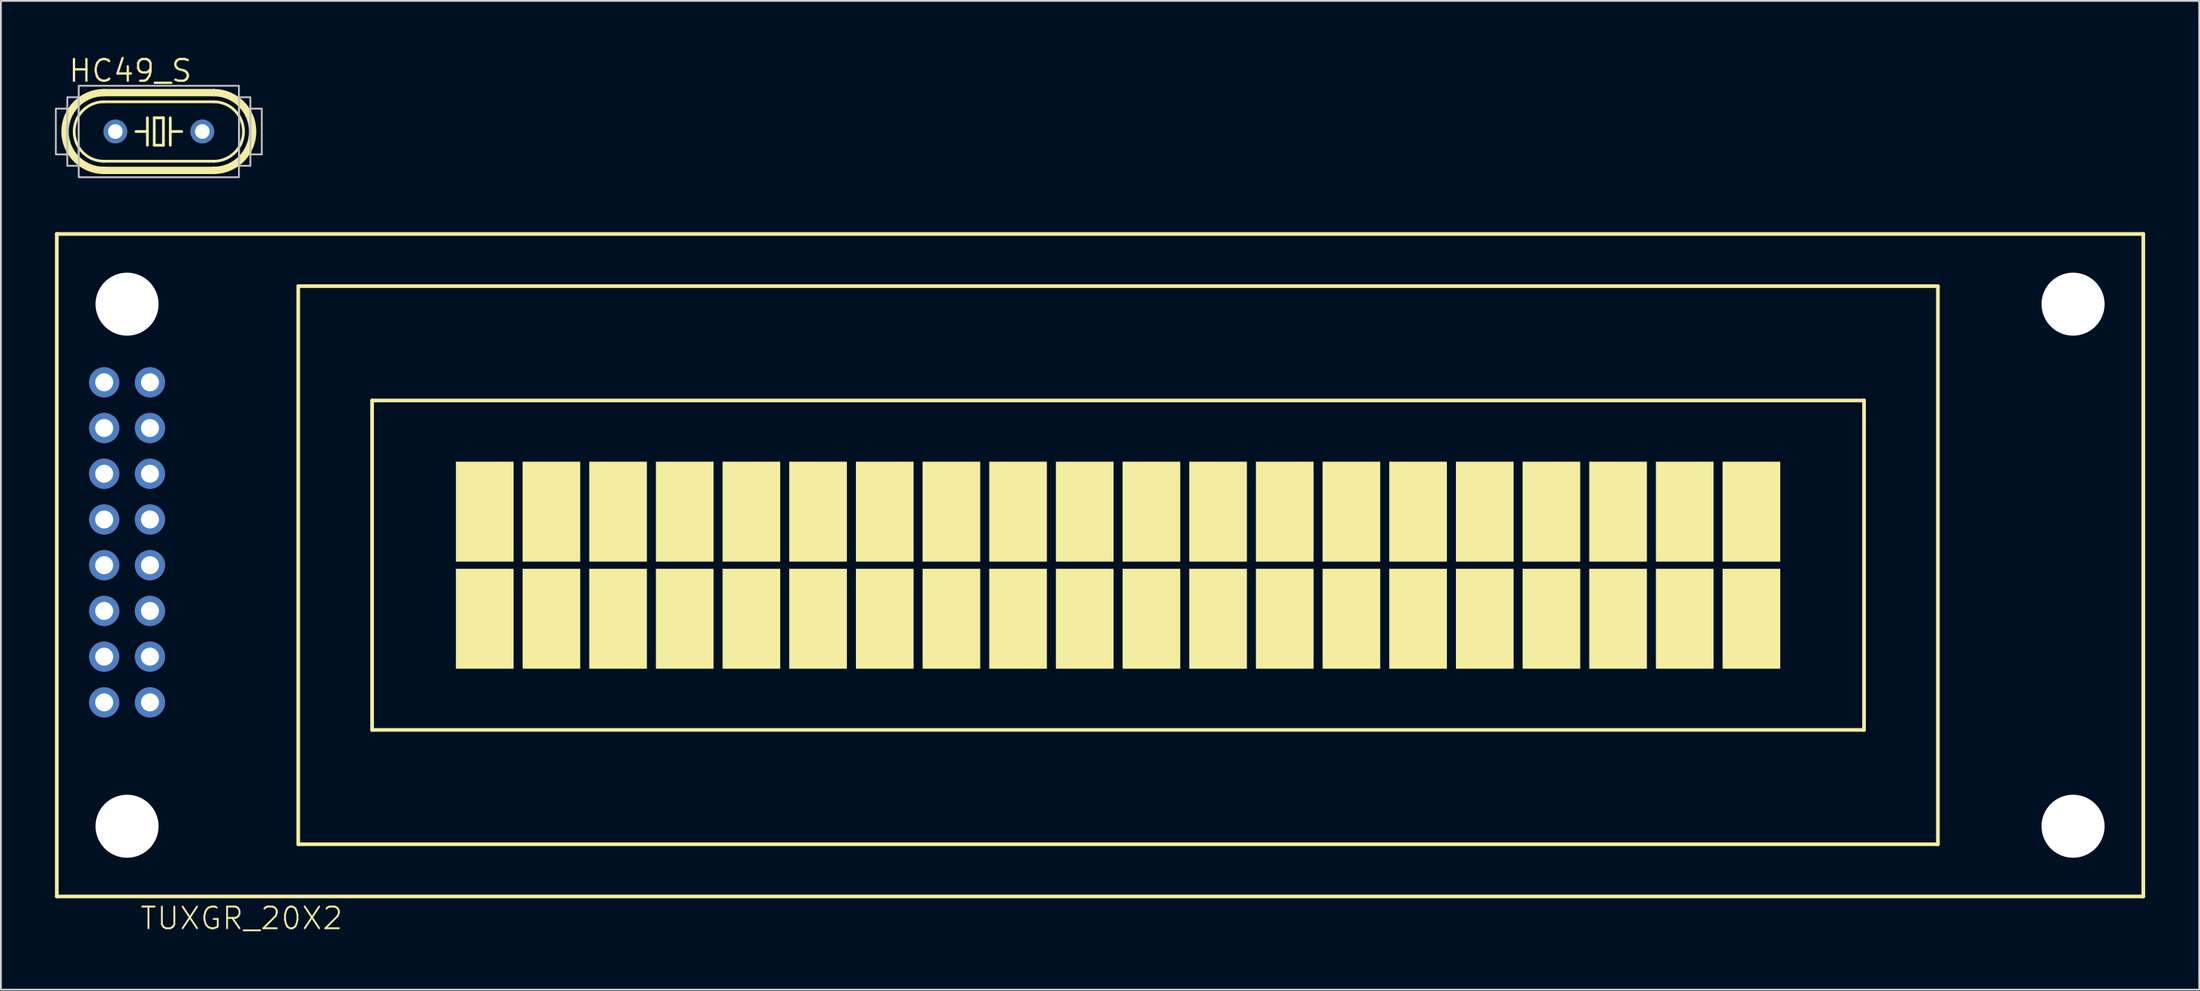
<source format=kicad_pcb>
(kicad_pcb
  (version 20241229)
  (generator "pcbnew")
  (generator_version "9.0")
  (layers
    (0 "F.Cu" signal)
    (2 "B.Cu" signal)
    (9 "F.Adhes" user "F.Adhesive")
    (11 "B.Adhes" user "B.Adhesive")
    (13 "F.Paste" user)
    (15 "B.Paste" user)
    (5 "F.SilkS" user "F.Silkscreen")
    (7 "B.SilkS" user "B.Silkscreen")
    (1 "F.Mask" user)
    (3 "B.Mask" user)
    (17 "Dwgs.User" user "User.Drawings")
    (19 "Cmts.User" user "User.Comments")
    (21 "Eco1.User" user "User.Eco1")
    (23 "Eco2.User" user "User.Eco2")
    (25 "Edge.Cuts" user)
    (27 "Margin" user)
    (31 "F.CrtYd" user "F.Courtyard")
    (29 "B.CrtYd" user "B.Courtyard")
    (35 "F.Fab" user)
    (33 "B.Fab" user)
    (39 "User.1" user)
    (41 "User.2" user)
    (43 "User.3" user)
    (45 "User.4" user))
  (footprint "HC49_S"
    (layer "F.Cu")
    (at 5.765 4.255)
    (property "Reference" "HC49_S" (at -5.08 -2.667 0) (layer "F.SilkS") (effects (font (size 1.206 1.206) (thickness 0.127)) (justify left bottom)))
    (attr through_hole)
    (fp_line (start -3.048 -2.159) (end 3.048 -2.159) (stroke (width 0.406) (type solid)) (layer "F.SilkS"))
    (fp_line (start -3.048 1.651) (end 3.048 1.651) (stroke (width 0.152) (type solid)) (layer "F.SilkS"))
    (fp_line (start -3.048 2.159) (end 3.048 2.159) (stroke (width 0.406) (type solid)) (layer "F.SilkS"))
    (fp_line (start -0.635 -0.762) (end -0.635 0) (stroke (width 0.152) (type solid)) (layer "F.SilkS"))
    (fp_line (start -0.635 0) (end -1.27 0) (stroke (width 0.152) (type solid)) (layer "F.SilkS"))
    (fp_line (start -0.635 0) (end -0.635 0.762) (stroke (width 0.152) (type solid)) (layer "F.SilkS"))
    (fp_line (start -0.254 -0.762) (end 0.254 -0.762) (stroke (width 0.152) (type solid)) (layer "F.SilkS"))
    (fp_line (start -0.254 0.762) (end -0.254 -0.762) (stroke (width 0.152) (type solid)) (layer "F.SilkS"))
    (fp_line (start 0.254 -0.762) (end 0.254 0.762) (stroke (width 0.152) (type solid)) (layer "F.SilkS"))
    (fp_line (start 0.254 0.762) (end -0.254 0.762) (stroke (width 0.152) (type solid)) (layer "F.SilkS"))
    (fp_line (start 0.635 -0.762) (end 0.635 0) (stroke (width 0.152) (type solid)) (layer "F.SilkS"))
    (fp_line (start 0.635 0) (end 0.635 0.762) (stroke (width 0.152) (type solid)) (layer "F.SilkS"))
    (fp_line (start 0.635 0) (end 1.27 0) (stroke (width 0.152) (type solid)) (layer "F.SilkS"))
    (fp_line (start 3.048 -1.651) (end -3.048 -1.651) (stroke (width 0.152) (type solid)) (layer "F.SilkS"))
    (fp_arc (start -3.048 1.651) (mid -4.699 0) (end -3.048 -1.651) (stroke (width 0.1524) (type solid)) (layer "F.SilkS"))
    (fp_arc (start -3.048 2.159) (mid -5.207 0) (end -3.048 -2.159) (stroke (width 0.4064) (type solid)) (layer "F.SilkS"))
    (fp_arc (start 3.048 -2.159) (mid 5.207 0) (end 3.048 2.159) (stroke (width 0.4064) (type solid)) (layer "F.SilkS"))
    (fp_arc (start 3.048 -1.651) (mid 4.699 0) (end 3.048 1.651) (stroke (width 0.1524) (type solid)) (layer "F.SilkS"))
    (fp_poly (pts (xy -5.715 1.27) (xy -5.08 1.27) (xy -5.08 -1.27) (xy -5.715 -1.27)) (stroke (width 0.1) (type solid)) (fill no) (layer "Dwgs.User"))
    (fp_poly (pts (xy -5.08 1.905) (xy -4.445 1.905) (xy -4.445 -1.905) (xy -5.08 -1.905)) (stroke (width 0.1) (type solid)) (fill no) (layer "Dwgs.User"))
    (fp_poly (pts (xy -4.445 2.54) (xy 4.445 2.54) (xy 4.445 -2.54) (xy -4.445 -2.54)) (stroke (width 0.1) (type solid)) (fill no) (layer "Dwgs.User"))
    (fp_poly (pts (xy 4.445 1.905) (xy 5.08 1.905) (xy 5.08 -1.905) (xy 4.445 -1.905)) (stroke (width 0.1) (type solid)) (fill no) (layer "Dwgs.User"))
    (fp_poly (pts (xy 5.08 1.27) (xy 5.715 1.27) (xy 5.715 -1.27) (xy 5.08 -1.27)) (stroke (width 0.1) (type solid)) (fill no) (layer "Dwgs.User"))
    (pad "1" thru_hole circle (at -2.413 0) (size 1.321 1.321) (drill 0.813) (layers "*.Cu" "*.Mask"))
    (pad "2" thru_hole circle (at 2.413 0) (size 1.321 1.321) (drill 0.813) (layers "*.Cu" "*.Mask")))
  (footprint "TUXGR_20X2"
    (layer "F.Cu")
    (at 58.002 28.346)
    (property "Reference" "TUXGR_20X2" (at -53.34 20.32 0) (layer "F.SilkS") (effects (font (size 1.206 1.206) (thickness 0.102)) (justify left bottom)))
    (attr through_hole)
    (fp_line (start -57.9 -18.4) (end 57.9 -18.4) (stroke (width 0.203) (type solid)) (layer "F.SilkS"))
    (fp_line (start -57.9 18.4) (end -57.9 -18.4) (stroke (width 0.203) (type solid)) (layer "F.SilkS"))
    (fp_line (start -44.5 -15.5) (end 46.5 -15.5) (stroke (width 0.203) (type solid)) (layer "F.SilkS"))
    (fp_line (start -44.5 15.5) (end -44.5 -15.5) (stroke (width 0.203) (type solid)) (layer "F.SilkS"))
    (fp_line (start -40.4 -9.15) (end 42.4 -9.15) (stroke (width 0.203) (type solid)) (layer "F.SilkS"))
    (fp_line (start -40.4 9.15) (end -40.4 -9.15) (stroke (width 0.203) (type solid)) (layer "F.SilkS"))
    (fp_line (start 42.4 -9.15) (end 42.4 9.15) (stroke (width 0.203) (type solid)) (layer "F.SilkS"))
    (fp_line (start 42.4 9.15) (end -40.4 9.15) (stroke (width 0.203) (type solid)) (layer "F.SilkS"))
    (fp_line (start 46.5 -15.5) (end 46.5 15.5) (stroke (width 0.203) (type solid)) (layer "F.SilkS"))
    (fp_line (start 46.5 15.5) (end -44.5 15.5) (stroke (width 0.203) (type solid)) (layer "F.SilkS"))
    (fp_line (start 57.9 -18.4) (end 57.9 18.4) (stroke (width 0.203) (type solid)) (layer "F.SilkS"))
    (fp_line (start 57.9 18.4) (end -57.9 18.4) (stroke (width 0.203) (type solid)) (layer "F.SilkS"))
    (fp_poly (pts (xy -35.75 -0.2) (xy -32.55 -0.2) (xy -32.55 -5.75) (xy -35.75 -5.75)) (stroke (width 0) (type solid)) (fill yes) (layer "F.SilkS"))
    (fp_poly (pts (xy -35.75 5.75) (xy -32.55 5.75) (xy -32.55 0.2) (xy -35.75 0.2)) (stroke (width 0) (type solid)) (fill yes) (layer "F.SilkS"))
    (fp_poly (pts (xy -32.05 -0.2) (xy -28.85 -0.2) (xy -28.85 -5.75) (xy -32.05 -5.75)) (stroke (width 0) (type solid)) (fill yes) (layer "F.SilkS"))
    (fp_poly (pts (xy -32.05 5.75) (xy -28.85 5.75) (xy -28.85 0.2) (xy -32.05 0.2)) (stroke (width 0) (type solid)) (fill yes) (layer "F.SilkS"))
    (fp_poly (pts (xy -28.35 -0.2) (xy -25.15 -0.2) (xy -25.15 -5.75) (xy -28.35 -5.75)) (stroke (width 0) (type solid)) (fill yes) (layer "F.SilkS"))
    (fp_poly (pts (xy -28.35 5.75) (xy -25.15 5.75) (xy -25.15 0.2) (xy -28.35 0.2)) (stroke (width 0) (type solid)) (fill yes) (layer "F.SilkS"))
    (fp_poly (pts (xy -24.65 -0.2) (xy -21.45 -0.2) (xy -21.45 -5.75) (xy -24.65 -5.75)) (stroke (width 0) (type solid)) (fill yes) (layer "F.SilkS"))
    (fp_poly (pts (xy -24.65 5.75) (xy -21.45 5.75) (xy -21.45 0.2) (xy -24.65 0.2)) (stroke (width 0) (type solid)) (fill yes) (layer "F.SilkS"))
    (fp_poly (pts (xy -20.95 -0.2) (xy -17.75 -0.2) (xy -17.75 -5.75) (xy -20.95 -5.75)) (stroke (width 0) (type solid)) (fill yes) (layer "F.SilkS"))
    (fp_poly (pts (xy -20.95 5.75) (xy -17.75 5.75) (xy -17.75 0.2) (xy -20.95 0.2)) (stroke (width 0) (type solid)) (fill yes) (layer "F.SilkS"))
    (fp_poly (pts (xy -17.25 -0.2) (xy -14.05 -0.2) (xy -14.05 -5.75) (xy -17.25 -5.75)) (stroke (width 0) (type solid)) (fill yes) (layer "F.SilkS"))
    (fp_poly (pts (xy -17.25 5.75) (xy -14.05 5.75) (xy -14.05 0.2) (xy -17.25 0.2)) (stroke (width 0) (type solid)) (fill yes) (layer "F.SilkS"))
    (fp_poly (pts (xy -13.55 -0.2) (xy -10.35 -0.2) (xy -10.35 -5.75) (xy -13.55 -5.75)) (stroke (width 0) (type solid)) (fill yes) (layer "F.SilkS"))
    (fp_poly (pts (xy -13.55 5.75) (xy -10.35 5.75) (xy -10.35 0.2) (xy -13.55 0.2)) (stroke (width 0) (type solid)) (fill yes) (layer "F.SilkS"))
    (fp_poly (pts (xy -9.85 -0.2) (xy -6.65 -0.2) (xy -6.65 -5.75) (xy -9.85 -5.75)) (stroke (width 0) (type solid)) (fill yes) (layer "F.SilkS"))
    (fp_poly (pts (xy -9.85 5.75) (xy -6.65 5.75) (xy -6.65 0.2) (xy -9.85 0.2)) (stroke (width 0) (type solid)) (fill yes) (layer "F.SilkS"))
    (fp_poly (pts (xy -6.15 -0.2) (xy -2.95 -0.2) (xy -2.95 -5.75) (xy -6.15 -5.75)) (stroke (width 0) (type solid)) (fill yes) (layer "F.SilkS"))
    (fp_poly (pts (xy -6.15 5.75) (xy -2.95 5.75) (xy -2.95 0.2) (xy -6.15 0.2)) (stroke (width 0) (type solid)) (fill yes) (layer "F.SilkS"))
    (fp_poly (pts (xy -2.45 -0.2) (xy 0.75 -0.2) (xy 0.75 -5.75) (xy -2.45 -5.75)) (stroke (width 0) (type solid)) (fill yes) (layer "F.SilkS"))
    (fp_poly (pts (xy -2.45 5.75) (xy 0.75 5.75) (xy 0.75 0.2) (xy -2.45 0.2)) (stroke (width 0) (type solid)) (fill yes) (layer "F.SilkS"))
    (fp_poly (pts (xy 1.25 -0.2) (xy 4.45 -0.2) (xy 4.45 -5.75) (xy 1.25 -5.75)) (stroke (width 0) (type solid)) (fill yes) (layer "F.SilkS"))
    (fp_poly (pts (xy 1.25 5.75) (xy 4.45 5.75) (xy 4.45 0.2) (xy 1.25 0.2)) (stroke (width 0) (type solid)) (fill yes) (layer "F.SilkS"))
    (fp_poly (pts (xy 4.95 -0.2) (xy 8.15 -0.2) (xy 8.15 -5.75) (xy 4.95 -5.75)) (stroke (width 0) (type solid)) (fill yes) (layer "F.SilkS"))
    (fp_poly (pts (xy 4.95 5.75) (xy 8.15 5.75) (xy 8.15 0.2) (xy 4.95 0.2)) (stroke (width 0) (type solid)) (fill yes) (layer "F.SilkS"))
    (fp_poly (pts (xy 8.65 -0.2) (xy 11.85 -0.2) (xy 11.85 -5.75) (xy 8.65 -5.75)) (stroke (width 0) (type solid)) (fill yes) (layer "F.SilkS"))
    (fp_poly (pts (xy 8.65 5.75) (xy 11.85 5.75) (xy 11.85 0.2) (xy 8.65 0.2)) (stroke (width 0) (type solid)) (fill yes) (layer "F.SilkS"))
    (fp_poly (pts (xy 12.35 -0.2) (xy 15.55 -0.2) (xy 15.55 -5.75) (xy 12.35 -5.75)) (stroke (width 0) (type solid)) (fill yes) (layer "F.SilkS"))
    (fp_poly (pts (xy 12.35 5.75) (xy 15.55 5.75) (xy 15.55 0.2) (xy 12.35 0.2)) (stroke (width 0) (type solid)) (fill yes) (layer "F.SilkS"))
    (fp_poly (pts (xy 16.05 -0.2) (xy 19.25 -0.2) (xy 19.25 -5.75) (xy 16.05 -5.75)) (stroke (width 0) (type solid)) (fill yes) (layer "F.SilkS"))
    (fp_poly (pts (xy 16.05 5.75) (xy 19.25 5.75) (xy 19.25 0.2) (xy 16.05 0.2)) (stroke (width 0) (type solid)) (fill yes) (layer "F.SilkS"))
    (fp_poly (pts (xy 19.75 -0.2) (xy 22.95 -0.2) (xy 22.95 -5.75) (xy 19.75 -5.75)) (stroke (width 0) (type solid)) (fill yes) (layer "F.SilkS"))
    (fp_poly (pts (xy 19.75 5.75) (xy 22.95 5.75) (xy 22.95 0.2) (xy 19.75 0.2)) (stroke (width 0) (type solid)) (fill yes) (layer "F.SilkS"))
    (fp_poly (pts (xy 23.45 -0.2) (xy 26.65 -0.2) (xy 26.65 -5.75) (xy 23.45 -5.75)) (stroke (width 0) (type solid)) (fill yes) (layer "F.SilkS"))
    (fp_poly (pts (xy 23.45 5.75) (xy 26.65 5.75) (xy 26.65 0.2) (xy 23.45 0.2)) (stroke (width 0) (type solid)) (fill yes) (layer "F.SilkS"))
    (fp_poly (pts (xy 27.15 -0.2) (xy 30.35 -0.2) (xy 30.35 -5.75) (xy 27.15 -5.75)) (stroke (width 0) (type solid)) (fill yes) (layer "F.SilkS"))
    (fp_poly (pts (xy 27.15 5.75) (xy 30.35 5.75) (xy 30.35 0.2) (xy 27.15 0.2)) (stroke (width 0) (type solid)) (fill yes) (layer "F.SilkS"))
    (fp_poly (pts (xy 30.85 -0.2) (xy 34.05 -0.2) (xy 34.05 -5.75) (xy 30.85 -5.75)) (stroke (width 0) (type solid)) (fill yes) (layer "F.SilkS"))
    (fp_poly (pts (xy 30.85 5.75) (xy 34.05 5.75) (xy 34.05 0.2) (xy 30.85 0.2)) (stroke (width 0) (type solid)) (fill yes) (layer "F.SilkS"))
    (fp_poly (pts (xy 34.55 -0.2) (xy 37.75 -0.2) (xy 37.75 -5.75) (xy 34.55 -5.75)) (stroke (width 0) (type solid)) (fill yes) (layer "F.SilkS"))
    (fp_poly (pts (xy 34.55 5.75) (xy 37.75 5.75) (xy 37.75 0.2) (xy 34.55 0.2)) (stroke (width 0) (type solid)) (fill yes) (layer "F.SilkS"))
    (pad "" np_thru_hole circle (at -54 -14.5) (size 3.5 3.5) (drill 3.5) (layers "*.Cu" "*.Mask"))
    (pad "" np_thru_hole circle (at -54 14.5) (size 3.5 3.5) (drill 3.5) (layers "*.Cu" "*.Mask"))
    (pad "" np_thru_hole circle (at 54 -14.5) (size 3.5 3.5) (drill 3.5) (layers "*.Cu" "*.Mask"))
    (pad "" np_thru_hole circle (at 54 14.5) (size 3.5 3.5) (drill 3.5) (layers "*.Cu" "*.Mask"))
    (pad "1" thru_hole circle (at -52.73 7.62) (size 1.676 1.676) (drill 1) (layers "*.Cu" "*.Mask"))
    (pad "2" thru_hole circle (at -55.27 7.62) (size 1.676 1.676) (drill 1) (layers "*.Cu" "*.Mask"))
    (pad "3" thru_hole circle (at -52.73 5.08) (size 1.676 1.676) (drill 1) (layers "*.Cu" "*.Mask"))
    (pad "4" thru_hole circle (at -55.27 5.08) (size 1.676 1.676) (drill 1) (layers "*.Cu" "*.Mask"))
    (pad "5" thru_hole circle (at -52.73 2.54) (size 1.676 1.676) (drill 1) (layers "*.Cu" "*.Mask"))
    (pad "6" thru_hole circle (at -55.27 2.54) (size 1.676 1.676) (drill 1) (layers "*.Cu" "*.Mask"))
    (pad "7" thru_hole circle (at -52.73 0) (size 1.676 1.676) (drill 1) (layers "*.Cu" "*.Mask"))
    (pad "8" thru_hole circle (at -55.27 0) (size 1.676 1.676) (drill 1) (layers "*.Cu" "*.Mask"))
    (pad "9" thru_hole circle (at -52.73 -2.54) (size 1.676 1.676) (drill 1) (layers "*.Cu" "*.Mask"))
    (pad "10" thru_hole circle (at -55.27 -2.54) (size 1.676 1.676) (drill 1) (layers "*.Cu" "*.Mask"))
    (pad "11" thru_hole circle (at -52.73 -5.08) (size 1.676 1.676) (drill 1) (layers "*.Cu" "*.Mask"))
    (pad "12" thru_hole circle (at -55.27 -5.08) (size 1.676 1.676) (drill 1) (layers "*.Cu" "*.Mask"))
    (pad "13" thru_hole circle (at -52.73 -7.62) (size 1.676 1.676) (drill 1) (layers "*.Cu" "*.Mask"))
    (pad "14" thru_hole circle (at -55.27 -7.62) (size 1.676 1.676) (drill 1) (layers "*.Cu" "*.Mask"))
    (pad "15" thru_hole circle (at -52.73 -10.16) (size 1.676 1.676) (drill 1) (layers "*.Cu" "*.Mask"))
    (pad "16" thru_hole circle (at -55.27 -10.16) (size 1.676 1.676) (drill 1) (layers "*.Cu" "*.Mask")))
  (gr_rect
    (start -3 -3)
    (end 119.003 51.923)
    (stroke (width 0.1) (type default))
    (fill no)
    (layer "Edge.Cuts")))
</source>
